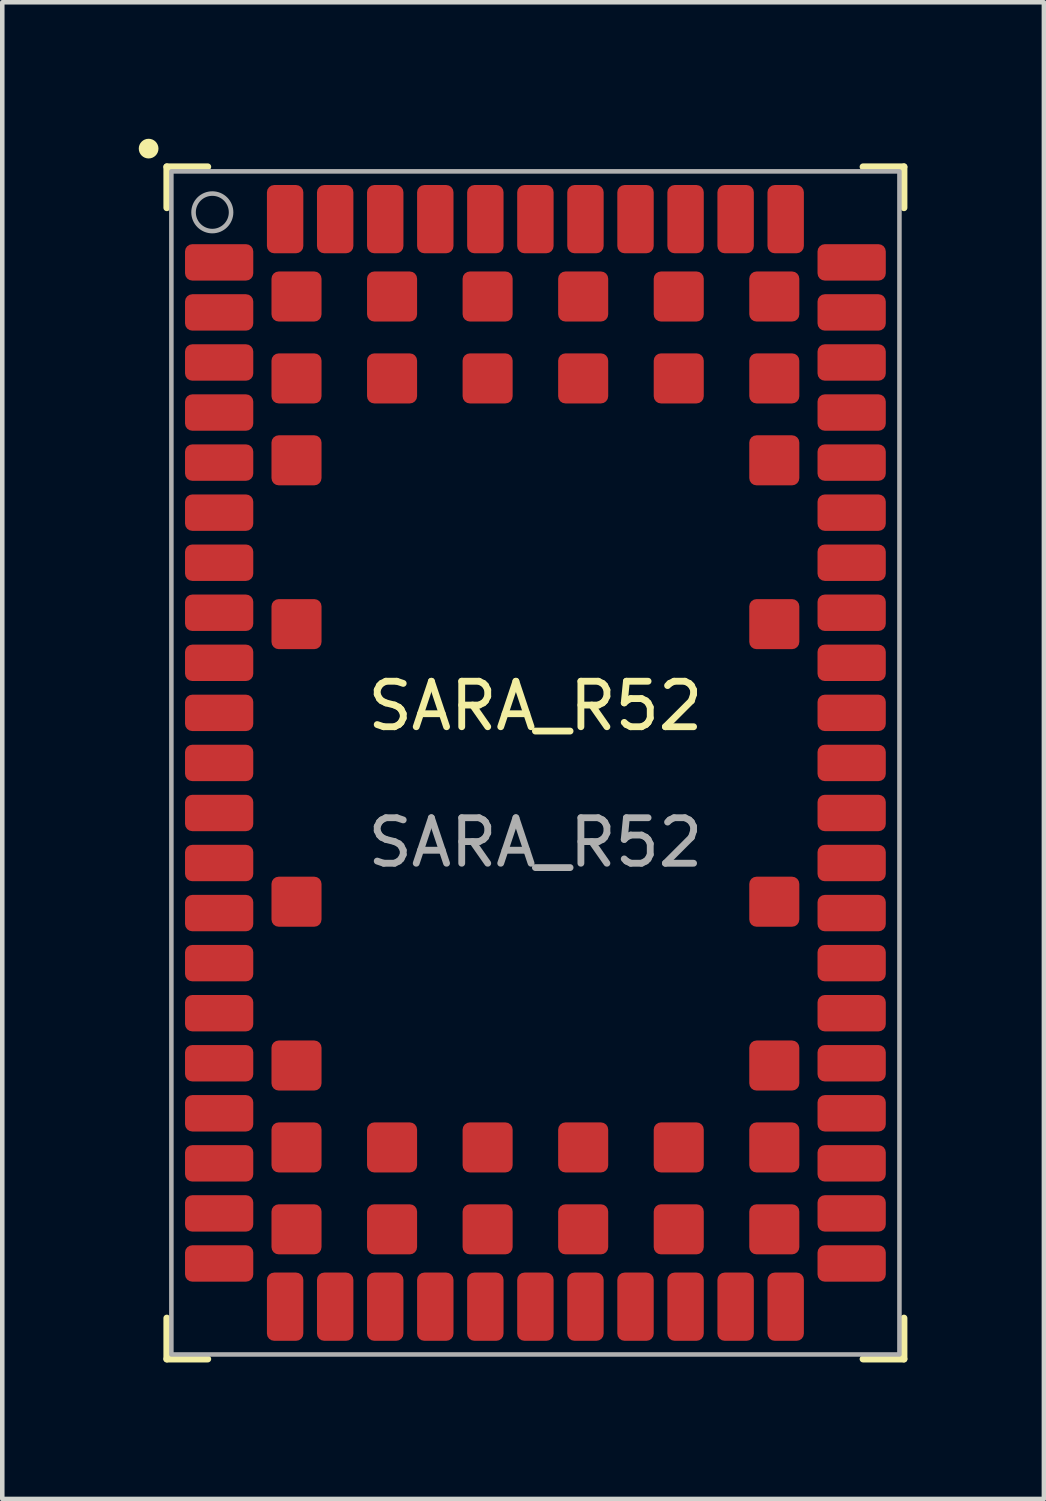
<source format=kicad_pcb>
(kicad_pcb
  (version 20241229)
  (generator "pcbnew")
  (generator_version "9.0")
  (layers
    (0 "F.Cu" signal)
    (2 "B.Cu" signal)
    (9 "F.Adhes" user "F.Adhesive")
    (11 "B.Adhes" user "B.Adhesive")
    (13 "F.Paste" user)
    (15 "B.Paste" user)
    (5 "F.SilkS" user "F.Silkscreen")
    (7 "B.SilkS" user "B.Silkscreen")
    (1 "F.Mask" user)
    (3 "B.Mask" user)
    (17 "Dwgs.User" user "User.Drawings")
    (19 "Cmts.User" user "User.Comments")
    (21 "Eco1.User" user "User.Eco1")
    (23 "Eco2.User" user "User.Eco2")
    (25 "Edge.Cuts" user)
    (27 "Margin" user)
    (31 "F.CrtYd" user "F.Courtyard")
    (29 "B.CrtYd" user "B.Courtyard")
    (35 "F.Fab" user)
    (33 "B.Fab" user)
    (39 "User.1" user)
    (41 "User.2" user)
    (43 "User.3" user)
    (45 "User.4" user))
  (footprint "SARA_R52"
    (layer "F.Cu")
    (at 8.716 13.716)
    (property "Reference" "SARA_R52" (at 0 -1.25 0) (unlocked yes) (layer "F.SilkS") (effects (font (size 1 1) (thickness 0.15))))
    (attr smd)
    (fp_line (start -8.1 -13.1) (end -8.1 -12.2) (stroke (width 0.15) (type default)) (layer "F.SilkS"))
    (fp_line (start -8.1 -13.1) (end -7.2 -13.1) (stroke (width 0.15) (type default)) (layer "F.SilkS"))
    (fp_line (start -8.1 13.1) (end -8.1 12.2) (stroke (width 0.15) (type default)) (layer "F.SilkS"))
    (fp_line (start -8.1 13.1) (end -7.2 13.1) (stroke (width 0.15) (type default)) (layer "F.SilkS"))
    (fp_line (start 8.1 -13.1) (end 7.2 -13.1) (stroke (width 0.15) (type default)) (layer "F.SilkS"))
    (fp_line (start 8.1 -13.1) (end 8.1 -12.2) (stroke (width 0.15) (type default)) (layer "F.SilkS"))
    (fp_line (start 8.1 13.1) (end 7.2 13.1) (stroke (width 0.15) (type default)) (layer "F.SilkS"))
    (fp_line (start 8.1 13.1) (end 8.1 12.2) (stroke (width 0.15) (type default)) (layer "F.SilkS"))
    (fp_circle (center -8.5 -13.5) (end -8.4 -13.6) (stroke (width 0.15) (type solid)) (fill yes) (layer "F.SilkS"))
    (fp_rect (start -8 -13) (end 8 13) (stroke (width 0.1) (type default)) (fill no) (layer "F.Fab"))
    (fp_circle (center -7.1 -12.1) (end -7.2 -12.5) (stroke (width 0.1) (type default)) (fill no) (layer "F.Fab"))
    (fp_text user "${REFERENCE}" (at 0 1.75 0) (unlocked yes) (layer "F.Fab") (effects (font (size 1 1) (thickness 0.15))))
    (pad "1" smd roundrect (at -6.95 -11 270) (size 0.8 1.5) (layers "F.Cu" "F.Mask" "F.Paste") (roundrect_rratio 0.2))
    (pad "2" smd roundrect (at -6.95 -9.9 90) (size 0.8 1.5) (layers "F.Cu" "F.Mask" "F.Paste") (roundrect_rratio 0.2))
    (pad "3" smd roundrect (at -6.95 -8.8 90) (size 0.8 1.5) (layers "F.Cu" "F.Mask" "F.Paste") (roundrect_rratio 0.2))
    (pad "4" smd roundrect (at -6.95 -7.7 90) (size 0.8 1.5) (layers "F.Cu" "F.Mask" "F.Paste") (roundrect_rratio 0.2))
    (pad "5" smd roundrect (at -6.95 -6.6 90) (size 0.8 1.5) (layers "F.Cu" "F.Mask" "F.Paste") (roundrect_rratio 0.2))
    (pad "6" smd roundrect (at -6.95 -5.5 90) (size 0.8 1.5) (layers "F.Cu" "F.Mask" "F.Paste") (roundrect_rratio 0.2))
    (pad "7" smd roundrect (at -6.95 -4.4 90) (size 0.8 1.5) (layers "F.Cu" "F.Mask" "F.Paste") (roundrect_rratio 0.2))
    (pad "8" smd roundrect (at -6.95 -3.3 90) (size 0.8 1.5) (layers "F.Cu" "F.Mask" "F.Paste") (roundrect_rratio 0.2))
    (pad "9" smd roundrect (at -6.95 -2.2 90) (size 0.8 1.5) (layers "F.Cu" "F.Mask" "F.Paste") (roundrect_rratio 0.2))
    (pad "10" smd roundrect (at -6.95 -1.1 90) (size 0.8 1.5) (layers "F.Cu" "F.Mask" "F.Paste") (roundrect_rratio 0.2))
    (pad "11" smd roundrect (at -6.95 0 90) (size 0.8 1.5) (layers "F.Cu" "F.Mask" "F.Paste") (roundrect_rratio 0.2))
    (pad "12" smd roundrect (at -6.95 1.1 270) (size 0.8 1.5) (layers "F.Cu" "F.Mask" "F.Paste") (roundrect_rratio 0.2))
    (pad "13" smd roundrect (at -6.95 2.2 90) (size 0.8 1.5) (layers "F.Cu" "F.Mask" "F.Paste") (roundrect_rratio 0.2))
    (pad "14" smd roundrect (at -6.95 3.3 90) (size 0.8 1.5) (layers "F.Cu" "F.Mask" "F.Paste") (roundrect_rratio 0.2))
    (pad "15" smd roundrect (at -6.95 4.4 90) (size 0.8 1.5) (layers "F.Cu" "F.Mask" "F.Paste") (roundrect_rratio 0.2))
    (pad "16" smd roundrect (at -6.95 5.5 90) (size 0.8 1.5) (layers "F.Cu" "F.Mask" "F.Paste") (roundrect_rratio 0.2))
    (pad "17" smd roundrect (at -6.95 6.6 90) (size 0.8 1.5) (layers "F.Cu" "F.Mask" "F.Paste") (roundrect_rratio 0.2))
    (pad "18" smd roundrect (at -6.95 7.7 90) (size 0.8 1.5) (layers "F.Cu" "F.Mask" "F.Paste") (roundrect_rratio 0.2))
    (pad "19" smd roundrect (at -6.95 8.8 90) (size 0.8 1.5) (layers "F.Cu" "F.Mask" "F.Paste") (roundrect_rratio 0.2))
    (pad "20" smd roundrect (at -6.95 9.9 90) (size 0.8 1.5) (layers "F.Cu" "F.Mask" "F.Paste") (roundrect_rratio 0.2))
    (pad "21" smd roundrect (at -6.95 11 90) (size 0.8 1.5) (layers "F.Cu" "F.Mask" "F.Paste") (roundrect_rratio 0.2))
    (pad "22" smd roundrect (at -5.5 11.95) (size 0.8 1.5) (layers "F.Cu" "F.Mask" "F.Paste") (roundrect_rratio 0.2))
    (pad "23" smd roundrect (at -4.4 11.95) (size 0.8 1.5) (layers "F.Cu" "F.Mask" "F.Paste") (roundrect_rratio 0.2))
    (pad "24" smd roundrect (at -3.3 11.95) (size 0.8 1.5) (layers "F.Cu" "F.Mask" "F.Paste") (roundrect_rratio 0.2))
    (pad "25" smd roundrect (at -2.2 11.95) (size 0.8 1.5) (layers "F.Cu" "F.Mask" "F.Paste") (roundrect_rratio 0.2))
    (pad "26" smd roundrect (at -1.1 11.95) (size 0.8 1.5) (layers "F.Cu" "F.Mask" "F.Paste") (roundrect_rratio 0.2))
    (pad "27" smd roundrect (at 0 11.95) (size 0.8 1.5) (layers "F.Cu" "F.Mask" "F.Paste") (roundrect_rratio 0.2))
    (pad "28" smd roundrect (at 1.1 11.95) (size 0.8 1.5) (layers "F.Cu" "F.Mask" "F.Paste") (roundrect_rratio 0.2))
    (pad "29" smd roundrect (at 2.2 11.95) (size 0.8 1.5) (layers "F.Cu" "F.Mask" "F.Paste") (roundrect_rratio 0.2))
    (pad "30" smd roundrect (at 3.3 11.95) (size 0.8 1.5) (layers "F.Cu" "F.Mask" "F.Paste") (roundrect_rratio 0.2))
    (pad "31" smd roundrect (at 4.4 11.95) (size 0.8 1.5) (layers "F.Cu" "F.Mask" "F.Paste") (roundrect_rratio 0.2))
    (pad "32" smd roundrect (at 5.5 11.95 180) (size 0.8 1.5) (layers "F.Cu" "F.Mask" "F.Paste") (roundrect_rratio 0.2))
    (pad "33" smd roundrect (at 6.95 11 90) (size 0.8 1.5) (layers "F.Cu" "F.Mask" "F.Paste") (roundrect_rratio 0.2))
    (pad "34" smd roundrect (at 6.95 9.9 90) (size 0.8 1.5) (layers "F.Cu" "F.Mask" "F.Paste") (roundrect_rratio 0.2))
    (pad "35" smd roundrect (at 6.95 8.8 90) (size 0.8 1.5) (layers "F.Cu" "F.Mask" "F.Paste") (roundrect_rratio 0.2))
    (pad "36" smd roundrect (at 6.95 7.7 90) (size 0.8 1.5) (layers "F.Cu" "F.Mask" "F.Paste") (roundrect_rratio 0.2))
    (pad "37" smd roundrect (at 6.95 6.6 90) (size 0.8 1.5) (layers "F.Cu" "F.Mask" "F.Paste") (roundrect_rratio 0.2))
    (pad "38" smd roundrect (at 6.95 5.5 90) (size 0.8 1.5) (layers "F.Cu" "F.Mask" "F.Paste") (roundrect_rratio 0.2))
    (pad "39" smd roundrect (at 6.95 4.4 90) (size 0.8 1.5) (layers "F.Cu" "F.Mask" "F.Paste") (roundrect_rratio 0.2))
    (pad "40" smd roundrect (at 6.95 3.3 90) (size 0.8 1.5) (layers "F.Cu" "F.Mask" "F.Paste") (roundrect_rratio 0.2))
    (pad "41" smd roundrect (at 6.95 2.2 90) (size 0.8 1.5) (layers "F.Cu" "F.Mask" "F.Paste") (roundrect_rratio 0.2))
    (pad "42" smd roundrect (at 6.95 1.1 270) (size 0.8 1.5) (layers "F.Cu" "F.Mask" "F.Paste") (roundrect_rratio 0.2))
    (pad "43" smd roundrect (at 6.95 0 90) (size 0.8 1.5) (layers "F.Cu" "F.Mask" "F.Paste") (roundrect_rratio 0.2))
    (pad "44" smd roundrect (at 6.95 -1.1 90) (size 0.8 1.5) (layers "F.Cu" "F.Mask" "F.Paste") (roundrect_rratio 0.2))
    (pad "45" smd roundrect (at 6.95 -2.2 90) (size 0.8 1.5) (layers "F.Cu" "F.Mask" "F.Paste") (roundrect_rratio 0.2))
    (pad "46" smd roundrect (at 6.95 -3.3 90) (size 0.8 1.5) (layers "F.Cu" "F.Mask" "F.Paste") (roundrect_rratio 0.2))
    (pad "47" smd roundrect (at 6.95 -4.4 90) (size 0.8 1.5) (layers "F.Cu" "F.Mask" "F.Paste") (roundrect_rratio 0.2))
    (pad "48" smd roundrect (at 6.95 -5.5 90) (size 0.8 1.5) (layers "F.Cu" "F.Mask" "F.Paste") (roundrect_rratio 0.2))
    (pad "49" smd roundrect (at 6.95 -6.6 90) (size 0.8 1.5) (layers "F.Cu" "F.Mask" "F.Paste") (roundrect_rratio 0.2))
    (pad "50" smd roundrect (at 6.95 -7.7 90) (size 0.8 1.5) (layers "F.Cu" "F.Mask" "F.Paste") (roundrect_rratio 0.2))
    (pad "51" smd roundrect (at 6.95 -8.8 90) (size 0.8 1.5) (layers "F.Cu" "F.Mask" "F.Paste") (roundrect_rratio 0.2))
    (pad "52" smd roundrect (at 6.95 -9.9 90) (size 0.8 1.5) (layers "F.Cu" "F.Mask" "F.Paste") (roundrect_rratio 0.2))
    (pad "53" smd roundrect (at 6.95 -11 270) (size 0.8 1.5) (layers "F.Cu" "F.Mask" "F.Paste") (roundrect_rratio 0.2))
    (pad "54" smd roundrect (at 5.5 -11.95 180) (size 0.8 1.5) (layers "F.Cu" "F.Mask" "F.Paste") (roundrect_rratio 0.2))
    (pad "55" smd roundrect (at 4.4 -11.95 180) (size 0.8 1.5) (layers "F.Cu" "F.Mask" "F.Paste") (roundrect_rratio 0.2))
    (pad "56" smd roundrect (at 3.3 -11.95 180) (size 0.8 1.5) (layers "F.Cu" "F.Mask" "F.Paste") (roundrect_rratio 0.2))
    (pad "57" smd roundrect (at 2.2 -11.95 180) (size 0.8 1.5) (layers "F.Cu" "F.Mask" "F.Paste") (roundrect_rratio 0.2))
    (pad "58" smd roundrect (at 1.1 -11.95 180) (size 0.8 1.5) (layers "F.Cu" "F.Mask" "F.Paste") (roundrect_rratio 0.2))
    (pad "59" smd roundrect (at 0 -11.95 180) (size 0.8 1.5) (layers "F.Cu" "F.Mask" "F.Paste") (roundrect_rratio 0.2))
    (pad "60" smd roundrect (at -1.1 -11.95 180) (size 0.8 1.5) (layers "F.Cu" "F.Mask" "F.Paste") (roundrect_rratio 0.2))
    (pad "61" smd roundrect (at -2.2 -11.95 180) (size 0.8 1.5) (layers "F.Cu" "F.Mask" "F.Paste") (roundrect_rratio 0.2))
    (pad "62" smd roundrect (at -3.3 -11.95 180) (size 0.8 1.5) (layers "F.Cu" "F.Mask" "F.Paste") (roundrect_rratio 0.2))
    (pad "63" smd roundrect (at -4.4 -11.95 180) (size 0.8 1.5) (layers "F.Cu" "F.Mask" "F.Paste") (roundrect_rratio 0.2))
    (pad "64" smd roundrect (at -5.5 -11.95) (size 0.8 1.5) (layers "F.Cu" "F.Mask" "F.Paste") (roundrect_rratio 0.2))
    (pad "65" smd roundrect (at -5.25 -10.25 180) (size 1.1 1.1) (layers "F.Cu" "F.Mask" "F.Paste") (roundrect_rratio 0.145))
    (pad "66" smd roundrect (at -3.15 -10.25 180) (size 1.1 1.1) (layers "F.Cu" "F.Mask" "F.Paste") (roundrect_rratio 0.145))
    (pad "67" smd roundrect (at -1.05 -10.25 180) (size 1.1 1.1) (layers "F.Cu" "F.Mask" "F.Paste") (roundrect_rratio 0.145))
    (pad "68" smd roundrect (at 1.05 -10.25 180) (size 1.1 1.1) (layers "F.Cu" "F.Mask" "F.Paste") (roundrect_rratio 0.145))
    (pad "69" smd roundrect (at 3.15 -10.25 180) (size 1.1 1.1) (layers "F.Cu" "F.Mask" "F.Paste") (roundrect_rratio 0.145))
    (pad "70" smd roundrect (at 5.25 -10.25 180) (size 1.1 1.1) (layers "F.Cu" "F.Mask" "F.Paste") (roundrect_rratio 0.145))
    (pad "71" smd roundrect (at -5.25 -8.45 180) (size 1.1 1.1) (layers "F.Cu" "F.Mask" "F.Paste") (roundrect_rratio 0.145))
    (pad "72" smd roundrect (at -3.15 -8.45 180) (size 1.1 1.1) (layers "F.Cu" "F.Mask" "F.Paste") (roundrect_rratio 0.145))
    (pad "73" smd roundrect (at -1.05 -8.45 180) (size 1.1 1.1) (layers "F.Cu" "F.Mask" "F.Paste") (roundrect_rratio 0.145))
    (pad "74" smd roundrect (at 1.05 -8.45 180) (size 1.1 1.1) (layers "F.Cu" "F.Mask" "F.Paste") (roundrect_rratio 0.145))
    (pad "75" smd roundrect (at 3.15 -8.45 180) (size 1.1 1.1) (layers "F.Cu" "F.Mask" "F.Paste") (roundrect_rratio 0.145))
    (pad "76" smd roundrect (at 5.25 -8.45 180) (size 1.1 1.1) (layers "F.Cu" "F.Mask" "F.Paste") (roundrect_rratio 0.145))
    (pad "77" smd roundrect (at -5.25 -6.65 180) (size 1.1 1.1) (layers "F.Cu" "F.Mask" "F.Paste") (roundrect_rratio 0.145))
    (pad "78" smd roundrect (at 5.25 -6.65 180) (size 1.1 1.1) (layers "F.Cu" "F.Mask" "F.Paste") (roundrect_rratio 0.145))
    (pad "79" smd roundrect (at -5.25 -3.05 180) (size 1.1 1.1) (layers "F.Cu" "F.Mask" "F.Paste") (roundrect_rratio 0.145))
    (pad "80" smd roundrect (at 5.25 -3.05 180) (size 1.1 1.1) (layers "F.Cu" "F.Mask" "F.Paste") (roundrect_rratio 0.145))
    (pad "81" smd roundrect (at -5.25 3.05) (size 1.1 1.1) (layers "F.Cu" "F.Mask" "F.Paste") (roundrect_rratio 0.145))
    (pad "82" smd roundrect (at 5.25 3.05) (size 1.1 1.1) (layers "F.Cu" "F.Mask" "F.Paste") (roundrect_rratio 0.145))
    (pad "83" smd roundrect (at -5.25 6.65) (size 1.1 1.1) (layers "F.Cu" "F.Mask" "F.Paste") (roundrect_rratio 0.145))
    (pad "84" smd roundrect (at 5.25 6.65) (size 1.1 1.1) (layers "F.Cu" "F.Mask" "F.Paste") (roundrect_rratio 0.145))
    (pad "85" smd roundrect (at -5.25 8.45) (size 1.1 1.1) (layers "F.Cu" "F.Mask" "F.Paste") (roundrect_rratio 0.145))
    (pad "86" smd roundrect (at -3.15 8.45) (size 1.1 1.1) (layers "F.Cu" "F.Mask" "F.Paste") (roundrect_rratio 0.145))
    (pad "87" smd roundrect (at -1.05 8.45) (size 1.1 1.1) (layers "F.Cu" "F.Mask" "F.Paste") (roundrect_rratio 0.145))
    (pad "88" smd roundrect (at 1.05 8.45) (size 1.1 1.1) (layers "F.Cu" "F.Mask" "F.Paste") (roundrect_rratio 0.145))
    (pad "89" smd roundrect (at 3.15 8.45) (size 1.1 1.1) (layers "F.Cu" "F.Mask" "F.Paste") (roundrect_rratio 0.145))
    (pad "90" smd roundrect (at 5.25 8.45) (size 1.1 1.1) (layers "F.Cu" "F.Mask" "F.Paste") (roundrect_rratio 0.145))
    (pad "91" smd roundrect (at -5.25 10.25) (size 1.1 1.1) (layers "F.Cu" "F.Mask" "F.Paste") (roundrect_rratio 0.145))
    (pad "92" smd roundrect (at -3.15 10.25) (size 1.1 1.1) (layers "F.Cu" "F.Mask" "F.Paste") (roundrect_rratio 0.145))
    (pad "93" smd roundrect (at -1.05 10.25) (size 1.1 1.1) (layers "F.Cu" "F.Mask" "F.Paste") (roundrect_rratio 0.145))
    (pad "94" smd roundrect (at 1.05 10.25) (size 1.1 1.1) (layers "F.Cu" "F.Mask" "F.Paste") (roundrect_rratio 0.145))
    (pad "95" smd roundrect (at 3.15 10.25) (size 1.1 1.1) (layers "F.Cu" "F.Mask" "F.Paste") (roundrect_rratio 0.145))
    (pad "96" smd roundrect (at 5.25 10.25) (size 1.1 1.1) (layers "F.Cu" "F.Mask" "F.Paste") (roundrect_rratio 0.145)))
  (gr_rect
    (start -3 -3)
    (end 19.891 29.891)
    (stroke (width 0.1) (type default))
    (fill no)
    (layer "Edge.Cuts")))
</source>
